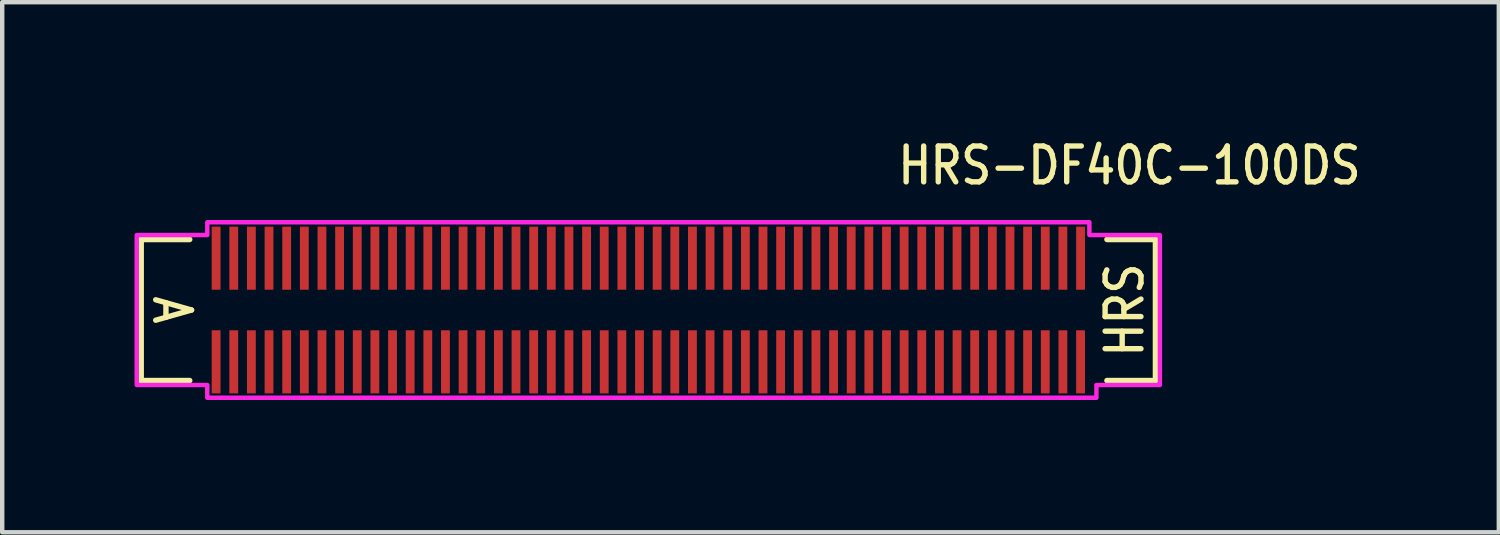
<source format=kicad_pcb>
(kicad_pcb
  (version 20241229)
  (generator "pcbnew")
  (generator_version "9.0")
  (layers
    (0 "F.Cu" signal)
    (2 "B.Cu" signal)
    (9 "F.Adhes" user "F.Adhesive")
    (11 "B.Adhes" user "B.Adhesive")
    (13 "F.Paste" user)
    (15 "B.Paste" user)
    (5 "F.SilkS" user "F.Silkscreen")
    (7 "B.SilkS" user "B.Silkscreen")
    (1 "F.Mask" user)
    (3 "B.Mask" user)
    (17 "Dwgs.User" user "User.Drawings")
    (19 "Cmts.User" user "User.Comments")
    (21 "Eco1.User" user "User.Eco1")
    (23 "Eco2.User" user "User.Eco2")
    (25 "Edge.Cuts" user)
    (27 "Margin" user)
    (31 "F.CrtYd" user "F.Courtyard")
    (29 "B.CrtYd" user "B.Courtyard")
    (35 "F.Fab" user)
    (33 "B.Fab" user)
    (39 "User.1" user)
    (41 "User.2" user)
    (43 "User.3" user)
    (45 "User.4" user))
  (footprint "HRS-DF40C-100DS"
    (layer "F.Cu")
    (at 11.65 3.979)
    (property "Reference" "HRS-DF40C-100DS" (at 5.6 -2.8 0) (unlocked yes) (layer "F.SilkS") (effects (font (size 0.813 0.695) (thickness 0.122)) (justify left bottom)))
    (fp_line (start -11.5 -1.6) (end -11.5 1.6) (stroke (width 0.127) (type solid)) (layer "F.SilkS"))
    (fp_line (start -11.5 1.6) (end -10.4 1.6) (stroke (width 0.127) (type solid)) (layer "F.SilkS"))
    (fp_line (start -10.4 -1.6) (end -11.5 -1.6) (stroke (width 0.127) (type solid)) (layer "F.SilkS"))
    (fp_line (start 10.4 -1.6) (end 11.5 -1.6) (stroke (width 0.127) (type solid)) (layer "F.SilkS"))
    (fp_line (start 11.5 -1.6) (end 11.5 1.6) (stroke (width 0.127) (type solid)) (layer "F.SilkS"))
    (fp_line (start 11.5 1.6) (end 10.4 1.6) (stroke (width 0.127) (type solid)) (layer "F.SilkS"))
    (fp_poly (pts (xy -11.6 -1.7) (xy -10 -1.7) (xy -10 -1.99) (xy 10 -1.99) (xy 10 -1.7) (xy 11.6 -1.7) (xy 11.6 1.7) (xy 10.16 1.7) (xy 10.16 1.99) (xy -10 1.99) (xy -10 1.7) (xy -11.6 1.7)) (stroke (width 0.1) (type solid)) (fill no) (layer "F.CrtYd"))
    (fp_text user "A" (at -10.8 0 270) (unlocked yes) (layer "F.SilkS") (effects (font (size 0.813 0.695) (thickness 0.122))))
    (fp_text user "HRS" (at 10.8 0 90) (unlocked yes) (layer "F.SilkS") (effects (font (size 0.813 0.695) (thickness 0.122))))
    (pad "P$1" smd rect (at 9.8 -1.175) (size 0.2 1.43) (layers "F.Cu" "F.Mask" "F.Paste"))
    (pad "P$2" smd rect (at 9.8 1.175) (size 0.2 1.43) (layers "F.Cu" "F.Mask" "F.Paste"))
    (pad "P$3" smd rect (at 9.4 -1.175) (size 0.2 1.43) (layers "F.Cu" "F.Mask" "F.Paste"))
    (pad "P$4" smd rect (at 9.4 1.175) (size 0.2 1.43) (layers "F.Cu" "F.Mask" "F.Paste"))
    (pad "P$5" smd rect (at 9 -1.175) (size 0.2 1.43) (layers "F.Cu" "F.Mask" "F.Paste"))
    (pad "P$6" smd rect (at 9 1.175) (size 0.2 1.43) (layers "F.Cu" "F.Mask" "F.Paste"))
    (pad "P$7" smd rect (at 8.6 -1.175) (size 0.2 1.43) (layers "F.Cu" "F.Mask" "F.Paste"))
    (pad "P$8" smd rect (at 8.6 1.175) (size 0.2 1.43) (layers "F.Cu" "F.Mask" "F.Paste"))
    (pad "P$9" smd rect (at 8.2 -1.175) (size 0.2 1.43) (layers "F.Cu" "F.Mask" "F.Paste"))
    (pad "P$10" smd rect (at 8.2 1.175) (size 0.2 1.43) (layers "F.Cu" "F.Mask" "F.Paste"))
    (pad "P$11" smd rect (at 7.8 -1.175) (size 0.2 1.43) (layers "F.Cu" "F.Mask" "F.Paste"))
    (pad "P$12" smd rect (at 7.8 1.175) (size 0.2 1.43) (layers "F.Cu" "F.Mask" "F.Paste"))
    (pad "P$13" smd rect (at 7.4 -1.175) (size 0.2 1.43) (layers "F.Cu" "F.Mask" "F.Paste"))
    (pad "P$14" smd rect (at 7.4 1.175) (size 0.2 1.43) (layers "F.Cu" "F.Mask" "F.Paste"))
    (pad "P$15" smd rect (at 7 -1.175) (size 0.2 1.43) (layers "F.Cu" "F.Mask" "F.Paste"))
    (pad "P$16" smd rect (at 7 1.175) (size 0.2 1.43) (layers "F.Cu" "F.Mask" "F.Paste"))
    (pad "P$17" smd rect (at 6.6 -1.175) (size 0.2 1.43) (layers "F.Cu" "F.Mask" "F.Paste"))
    (pad "P$18" smd rect (at 6.6 1.175) (size 0.2 1.43) (layers "F.Cu" "F.Mask" "F.Paste"))
    (pad "P$19" smd rect (at 6.2 -1.175) (size 0.2 1.43) (layers "F.Cu" "F.Mask" "F.Paste"))
    (pad "P$20" smd rect (at 6.2 1.175) (size 0.2 1.43) (layers "F.Cu" "F.Mask" "F.Paste"))
    (pad "P$21" smd rect (at 5.8 -1.175) (size 0.2 1.43) (layers "F.Cu" "F.Mask" "F.Paste"))
    (pad "P$22" smd rect (at 5.8 1.175) (size 0.2 1.43) (layers "F.Cu" "F.Mask" "F.Paste"))
    (pad "P$23" smd rect (at 5.4 -1.175) (size 0.2 1.43) (layers "F.Cu" "F.Mask" "F.Paste"))
    (pad "P$24" smd rect (at 5.4 1.175) (size 0.2 1.43) (layers "F.Cu" "F.Mask" "F.Paste"))
    (pad "P$25" smd rect (at 5 -1.175) (size 0.2 1.43) (layers "F.Cu" "F.Mask" "F.Paste"))
    (pad "P$26" smd rect (at 5 1.175) (size 0.2 1.43) (layers "F.Cu" "F.Mask" "F.Paste"))
    (pad "P$27" smd rect (at 4.6 -1.175) (size 0.2 1.43) (layers "F.Cu" "F.Mask" "F.Paste"))
    (pad "P$28" smd rect (at 4.6 1.175) (size 0.2 1.43) (layers "F.Cu" "F.Mask" "F.Paste"))
    (pad "P$29" smd rect (at 4.2 -1.175) (size 0.2 1.43) (layers "F.Cu" "F.Mask" "F.Paste"))
    (pad "P$30" smd rect (at 4.2 1.175) (size 0.2 1.43) (layers "F.Cu" "F.Mask" "F.Paste"))
    (pad "P$31" smd rect (at 3.8 -1.175) (size 0.2 1.43) (layers "F.Cu" "F.Mask" "F.Paste"))
    (pad "P$32" smd rect (at 3.8 1.175) (size 0.2 1.43) (layers "F.Cu" "F.Mask" "F.Paste"))
    (pad "P$33" smd rect (at 3.4 -1.175) (size 0.2 1.43) (layers "F.Cu" "F.Mask" "F.Paste"))
    (pad "P$34" smd rect (at 3.4 1.175) (size 0.2 1.43) (layers "F.Cu" "F.Mask" "F.Paste"))
    (pad "P$35" smd rect (at 3 -1.175) (size 0.2 1.43) (layers "F.Cu" "F.Mask" "F.Paste"))
    (pad "P$36" smd rect (at 3 1.175) (size 0.2 1.43) (layers "F.Cu" "F.Mask" "F.Paste"))
    (pad "P$37" smd rect (at 2.6 -1.175) (size 0.2 1.43) (layers "F.Cu" "F.Mask" "F.Paste"))
    (pad "P$38" smd rect (at 2.6 1.175) (size 0.2 1.43) (layers "F.Cu" "F.Mask" "F.Paste"))
    (pad "P$39" smd rect (at 2.2 -1.175) (size 0.2 1.43) (layers "F.Cu" "F.Mask" "F.Paste"))
    (pad "P$40" smd rect (at 2.2 1.175) (size 0.2 1.43) (layers "F.Cu" "F.Mask" "F.Paste"))
    (pad "P$41" smd rect (at 1.8 -1.175) (size 0.2 1.43) (layers "F.Cu" "F.Mask" "F.Paste"))
    (pad "P$42" smd rect (at 1.8 1.175) (size 0.2 1.43) (layers "F.Cu" "F.Mask" "F.Paste"))
    (pad "P$43" smd rect (at 1.4 -1.175) (size 0.2 1.43) (layers "F.Cu" "F.Mask" "F.Paste"))
    (pad "P$44" smd rect (at 1.4 1.175) (size 0.2 1.43) (layers "F.Cu" "F.Mask" "F.Paste"))
    (pad "P$45" smd rect (at 1 -1.175) (size 0.2 1.43) (layers "F.Cu" "F.Mask" "F.Paste"))
    (pad "P$46" smd rect (at 1 1.175) (size 0.2 1.43) (layers "F.Cu" "F.Mask" "F.Paste"))
    (pad "P$47" smd rect (at 0.6 -1.175) (size 0.2 1.43) (layers "F.Cu" "F.Mask" "F.Paste"))
    (pad "P$48" smd rect (at 0.6 1.175) (size 0.2 1.43) (layers "F.Cu" "F.Mask" "F.Paste"))
    (pad "P$49" smd rect (at 0.2 -1.175) (size 0.2 1.43) (layers "F.Cu" "F.Mask" "F.Paste"))
    (pad "P$50" smd rect (at 0.2 1.175) (size 0.2 1.43) (layers "F.Cu" "F.Mask" "F.Paste"))
    (pad "P$51" smd rect (at -0.2 -1.175) (size 0.2 1.43) (layers "F.Cu" "F.Mask" "F.Paste"))
    (pad "P$52" smd rect (at -0.2 1.175) (size 0.2 1.43) (layers "F.Cu" "F.Mask" "F.Paste"))
    (pad "P$53" smd rect (at -0.6 -1.175) (size 0.2 1.43) (layers "F.Cu" "F.Mask" "F.Paste"))
    (pad "P$54" smd rect (at -0.6 1.175) (size 0.2 1.43) (layers "F.Cu" "F.Mask" "F.Paste"))
    (pad "P$55" smd rect (at -1 -1.175) (size 0.2 1.43) (layers "F.Cu" "F.Mask" "F.Paste"))
    (pad "P$56" smd rect (at -1 1.175) (size 0.2 1.43) (layers "F.Cu" "F.Mask" "F.Paste"))
    (pad "P$57" smd rect (at -1.4 -1.175) (size 0.2 1.43) (layers "F.Cu" "F.Mask" "F.Paste"))
    (pad "P$58" smd rect (at -1.4 1.175) (size 0.2 1.43) (layers "F.Cu" "F.Mask" "F.Paste"))
    (pad "P$59" smd rect (at -1.8 -1.175) (size 0.2 1.43) (layers "F.Cu" "F.Mask" "F.Paste"))
    (pad "P$60" smd rect (at -1.8 1.175) (size 0.2 1.43) (layers "F.Cu" "F.Mask" "F.Paste"))
    (pad "P$61" smd rect (at -2.2 -1.175) (size 0.2 1.43) (layers "F.Cu" "F.Mask" "F.Paste"))
    (pad "P$62" smd rect (at -2.2 1.175) (size 0.2 1.43) (layers "F.Cu" "F.Mask" "F.Paste"))
    (pad "P$63" smd rect (at -2.6 -1.175) (size 0.2 1.43) (layers "F.Cu" "F.Mask" "F.Paste"))
    (pad "P$64" smd rect (at -2.6 1.175) (size 0.2 1.43) (layers "F.Cu" "F.Mask" "F.Paste"))
    (pad "P$65" smd rect (at -3 -1.175) (size 0.2 1.43) (layers "F.Cu" "F.Mask" "F.Paste"))
    (pad "P$66" smd rect (at -3 1.175) (size 0.2 1.43) (layers "F.Cu" "F.Mask" "F.Paste"))
    (pad "P$67" smd rect (at -3.4 -1.175) (size 0.2 1.43) (layers "F.Cu" "F.Mask" "F.Paste"))
    (pad "P$68" smd rect (at -3.4 1.175) (size 0.2 1.43) (layers "F.Cu" "F.Mask" "F.Paste"))
    (pad "P$69" smd rect (at -3.8 -1.175) (size 0.2 1.43) (layers "F.Cu" "F.Mask" "F.Paste"))
    (pad "P$70" smd rect (at -3.8 1.175) (size 0.2 1.43) (layers "F.Cu" "F.Mask" "F.Paste"))
    (pad "P$71" smd rect (at -4.2 -1.175) (size 0.2 1.43) (layers "F.Cu" "F.Mask" "F.Paste"))
    (pad "P$72" smd rect (at -4.2 1.175) (size 0.2 1.43) (layers "F.Cu" "F.Mask" "F.Paste"))
    (pad "P$73" smd rect (at -4.6 -1.175) (size 0.2 1.43) (layers "F.Cu" "F.Mask" "F.Paste"))
    (pad "P$74" smd rect (at -4.6 1.175) (size 0.2 1.43) (layers "F.Cu" "F.Mask" "F.Paste"))
    (pad "P$75" smd rect (at -5 -1.175) (size 0.2 1.43) (layers "F.Cu" "F.Mask" "F.Paste"))
    (pad "P$76" smd rect (at -5 1.175) (size 0.2 1.43) (layers "F.Cu" "F.Mask" "F.Paste"))
    (pad "P$77" smd rect (at -5.4 -1.175) (size 0.2 1.43) (layers "F.Cu" "F.Mask" "F.Paste"))
    (pad "P$78" smd rect (at -5.4 1.175) (size 0.2 1.43) (layers "F.Cu" "F.Mask" "F.Paste"))
    (pad "P$79" smd rect (at -5.8 -1.175) (size 0.2 1.43) (layers "F.Cu" "F.Mask" "F.Paste"))
    (pad "P$80" smd rect (at -5.8 1.175) (size 0.2 1.43) (layers "F.Cu" "F.Mask" "F.Paste"))
    (pad "P$81" smd rect (at -6.2 -1.175) (size 0.2 1.43) (layers "F.Cu" "F.Mask" "F.Paste"))
    (pad "P$82" smd rect (at -6.2 1.175) (size 0.2 1.43) (layers "F.Cu" "F.Mask" "F.Paste"))
    (pad "P$83" smd rect (at -6.6 -1.175) (size 0.2 1.43) (layers "F.Cu" "F.Mask" "F.Paste"))
    (pad "P$84" smd rect (at -6.6 1.175) (size 0.2 1.43) (layers "F.Cu" "F.Mask" "F.Paste"))
    (pad "P$85" smd rect (at -7 -1.175) (size 0.2 1.43) (layers "F.Cu" "F.Mask" "F.Paste"))
    (pad "P$86" smd rect (at -7 1.175) (size 0.2 1.43) (layers "F.Cu" "F.Mask" "F.Paste"))
    (pad "P$87" smd rect (at -7.4 -1.175) (size 0.2 1.43) (layers "F.Cu" "F.Mask" "F.Paste"))
    (pad "P$88" smd rect (at -7.4 1.175) (size 0.2 1.43) (layers "F.Cu" "F.Mask" "F.Paste"))
    (pad "P$89" smd rect (at -7.8 -1.175) (size 0.2 1.43) (layers "F.Cu" "F.Mask" "F.Paste"))
    (pad "P$90" smd rect (at -7.8 1.175) (size 0.2 1.43) (layers "F.Cu" "F.Mask" "F.Paste"))
    (pad "P$91" smd rect (at -8.2 -1.175) (size 0.2 1.43) (layers "F.Cu" "F.Mask" "F.Paste"))
    (pad "P$92" smd rect (at -8.2 1.175) (size 0.2 1.43) (layers "F.Cu" "F.Mask" "F.Paste"))
    (pad "P$93" smd rect (at -8.6 -1.175) (size 0.2 1.43) (layers "F.Cu" "F.Mask" "F.Paste"))
    (pad "P$94" smd rect (at -8.6 1.175) (size 0.2 1.43) (layers "F.Cu" "F.Mask" "F.Paste"))
    (pad "P$95" smd rect (at -9 -1.175) (size 0.2 1.43) (layers "F.Cu" "F.Mask" "F.Paste"))
    (pad "P$96" smd rect (at -9 1.175) (size 0.2 1.43) (layers "F.Cu" "F.Mask" "F.Paste"))
    (pad "P$97" smd rect (at -9.4 -1.175) (size 0.2 1.43) (layers "F.Cu" "F.Mask" "F.Paste"))
    (pad "P$98" smd rect (at -9.4 1.175) (size 0.2 1.43) (layers "F.Cu" "F.Mask" "F.Paste"))
    (pad "P$99" smd rect (at -9.8 -1.175) (size 0.2 1.43) (layers "F.Cu" "F.Mask" "F.Paste"))
    (pad "P$100" smd rect (at -9.8 1.175) (size 0.2 1.43) (layers "F.Cu" "F.Mask" "F.Paste")))
  (gr_rect
    (start -3 -3)
    (end 30.934 9.019)
    (stroke (width 0.1) (type default))
    (fill no)
    (layer "Edge.Cuts")))
</source>
